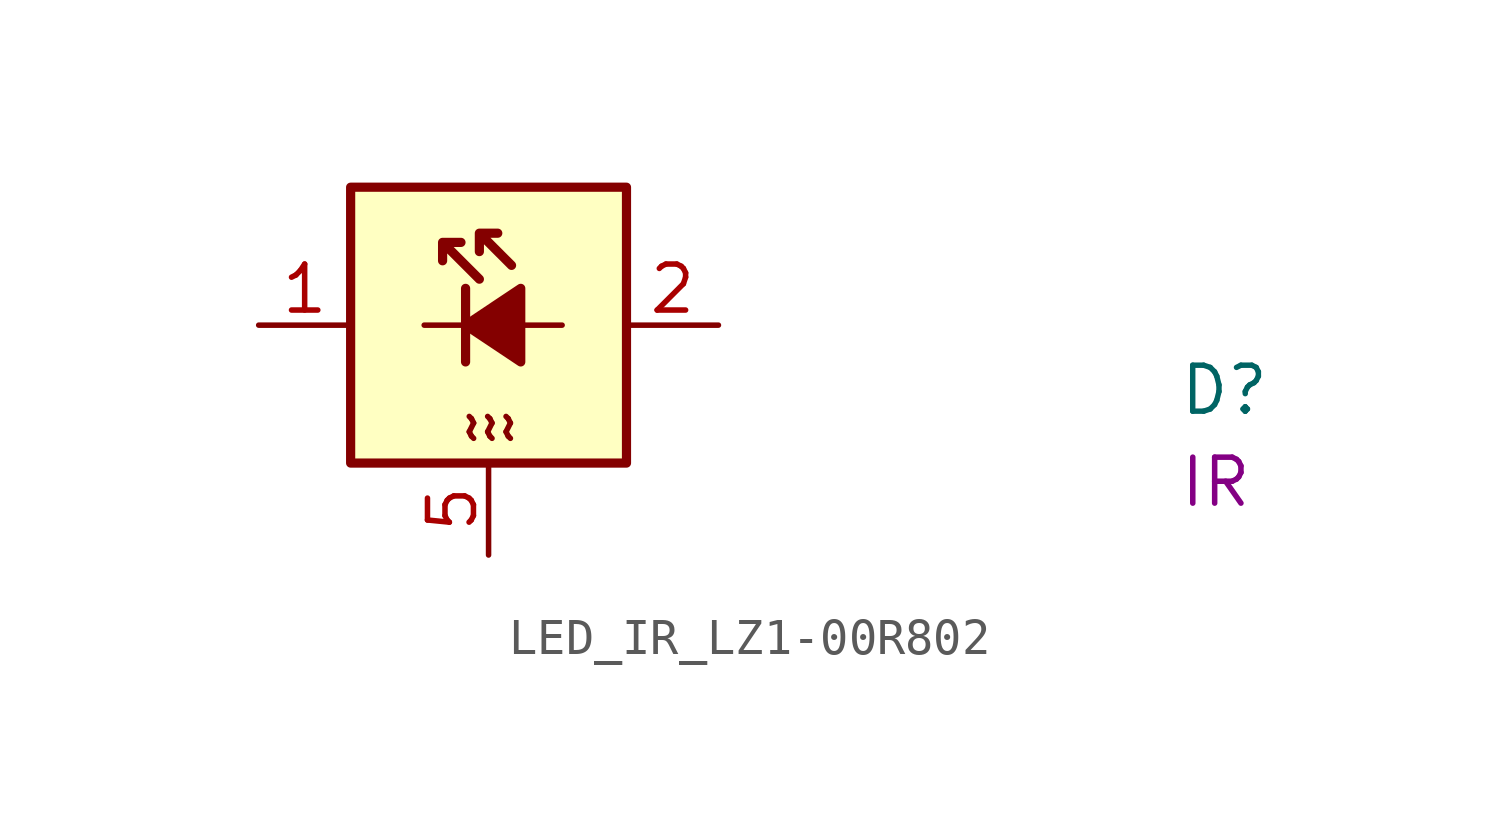
<source format=kicad_sym>
(kicad_symbol_lib
  (version 20220914)
  (generator kicad_symbol_editor)
  (symbol "LED_IR_LZ1-00R802"
    (pin_names hide)
    (property "Reference" "D"
      (at 25.4 -2.54 0)
      (effects (font (size 1.27 1.27) (thickness 0.15)) (justify left bottom)))
    (property "Color" "IR"
      (at 25.4 -5.08 0)
      (effects (font (size 1.27 1.27)) (justify left bottom)))
    (symbol "LED_IR_LZ1-00R802_0_1"
      (polyline (pts (xy 5.842 0) (xy 4.572 0)) (stroke (width 0) (type default)) (fill (type none)))
      (polyline (pts (xy 8.382 0) (xy 7.112 0)) (stroke (width 0) (type default)) (fill (type none))))
    (symbol "LED_IR_LZ1-00R802_1_1"
      (polyline (pts (xy 5.715 1.016) (xy 5.715 -1.016)) (stroke (width 0.254) (type default)) (fill (type none)))
      (polyline (pts (xy 7.239 1.016) (xy 7.239 -1.016) (xy 5.715 0) (xy 7.239 1.016)) (stroke (width 0.254) (type default)) (fill (type outline)))
      (polyline (pts (xy 5.08 2.286) (xy 5.08 1.778) (xy 5.08 2.286) (xy 5.588 2.286) (xy 5.08 2.286) (xy 6.096 1.27)) (stroke (width 0.254) (type default)) (fill (type none)))
      (polyline (pts (xy 6.096 2.54) (xy 6.096 2.032) (xy 6.096 2.54) (xy 6.604 2.54) (xy 6.096 2.54) (xy 6.985 1.651)) (stroke (width 0.254) (type default)) (fill (type none)))
      (rectangle (start 2.54 3.81) (end 10.16 -3.81) (stroke (width 0.254) (type default)) (fill (type background)))
      (text "~\n" (at 5.842 -2.794 900) (effects (font (size 1.27 1.27))))
      (text "~\n" (at 6.35 -2.794 900) (effects (font (size 1.27 1.27))))
      (text "~\n" (at 6.858 -2.794 900) (effects (font (size 1.27 1.27))))
      (pin output line (at 0 0 0) (length 2.54) (name "1" (effects (font (size 1.27 1.27)))) (number "1" (effects (font (size 1.27 1.27)))))
      (pin input line (at 12.7 0 180) (length 2.54) (name "2" (effects (font (size 1.27 1.27)))) (number "2" (effects (font (size 1.27 1.27)))))
      (pin input line (at 12.7 0 180) (length 2.54) hide (name "~" (effects (font (size 1.27 1.27)))) (number "3" (effects (font (size 1.27 1.27)))))
      (pin output line (at 0 0 0) (length 2.54) hide (name "~" (effects (font (size 1.27 1.27)))) (number "4" (effects (font (size 1.27 1.27)))))
      (pin input line (at 6.35 -6.35 90) (length 2.54) (name "5" (effects (font (size 1.27 1.27)))) (number "5" (effects (font (size 1.27 1.27))))))))
</source>
